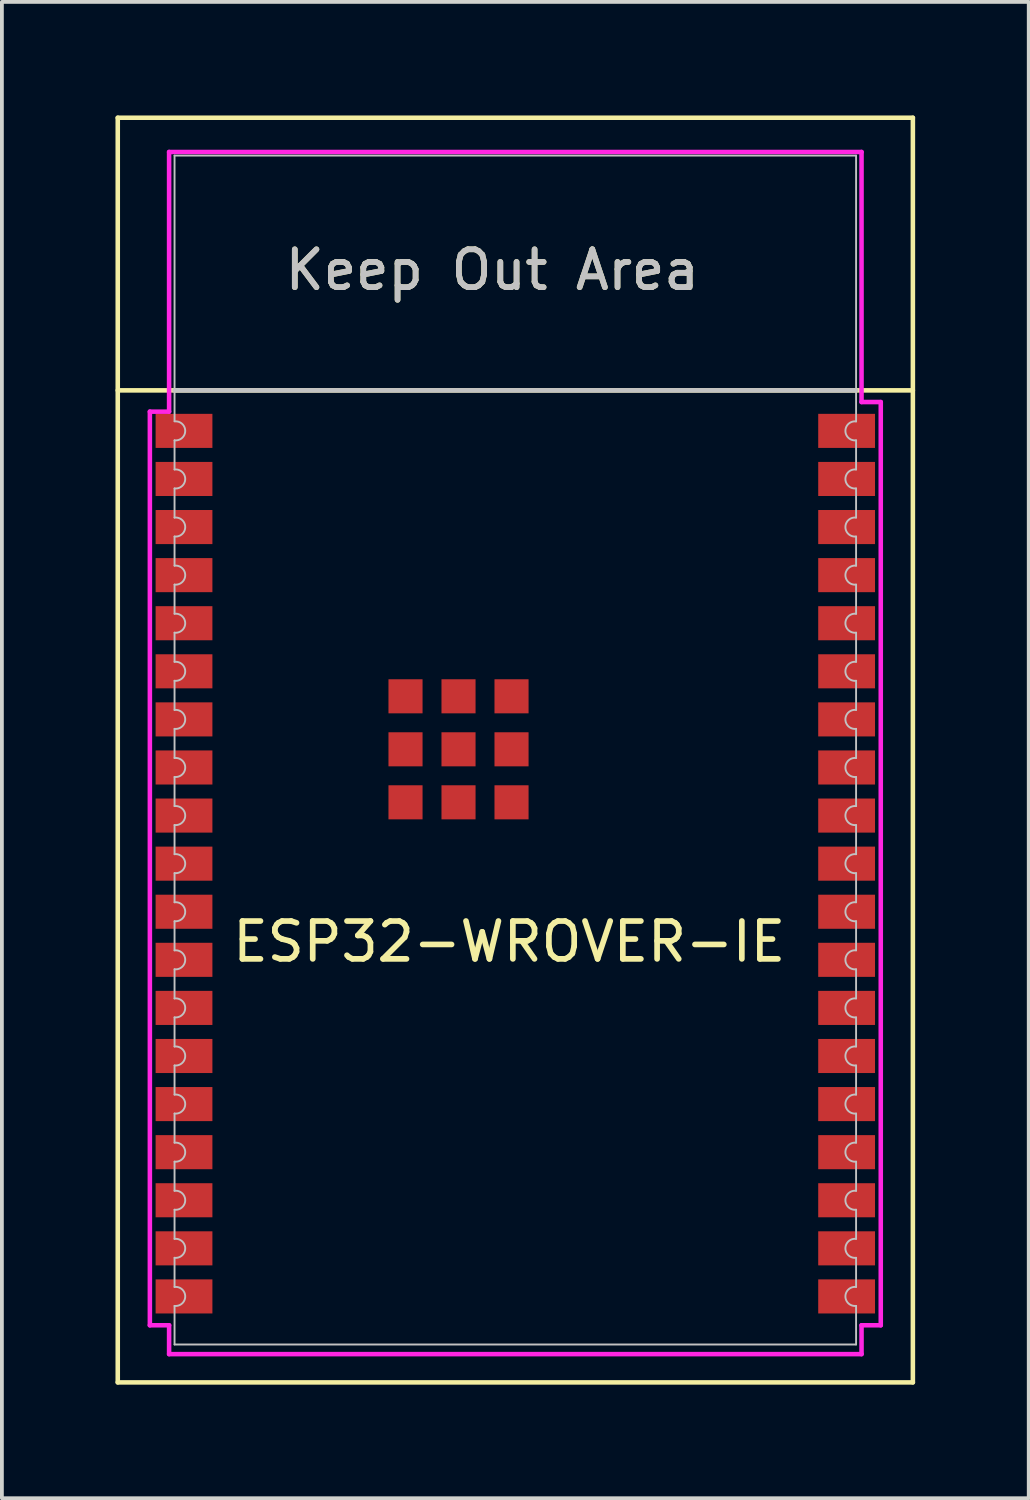
<source format=kicad_pcb>
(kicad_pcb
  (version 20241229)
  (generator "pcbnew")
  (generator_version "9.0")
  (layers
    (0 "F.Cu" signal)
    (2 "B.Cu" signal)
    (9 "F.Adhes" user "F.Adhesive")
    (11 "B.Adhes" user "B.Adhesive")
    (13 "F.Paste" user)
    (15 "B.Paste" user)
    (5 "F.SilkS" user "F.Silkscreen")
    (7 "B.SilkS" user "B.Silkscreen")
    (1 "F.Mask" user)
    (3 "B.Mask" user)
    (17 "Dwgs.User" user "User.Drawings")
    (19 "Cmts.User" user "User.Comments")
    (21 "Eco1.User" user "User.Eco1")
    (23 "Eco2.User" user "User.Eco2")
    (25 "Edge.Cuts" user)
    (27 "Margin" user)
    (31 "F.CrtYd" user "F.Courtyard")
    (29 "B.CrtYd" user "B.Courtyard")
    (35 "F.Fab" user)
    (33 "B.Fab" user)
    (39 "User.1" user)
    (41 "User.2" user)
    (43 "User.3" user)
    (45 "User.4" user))
  (footprint "ESP32-WROVER-IE"
    (layer "F.Cu")
    (at 10.56 19.76)
    (property "Reference" "ESP32-WROVER-IE" (at -0.16 2.06 0) (layer "F.SilkS") (effects (font (size 1 1) (thickness 0.15))))
    (attr through_hole)
    (fp_line (start -10.5 -19.7) (end -10.5 13.7) (stroke (width 0.12) (type solid)) (layer "F.SilkS"))
    (fp_line (start -10.5 13.7) (end 10.5 13.7) (stroke (width 0.12) (type solid)) (layer "F.SilkS"))
    (fp_line (start 10.5 -19.7) (end -10.5 -19.7) (stroke (width 0.12) (type solid)) (layer "F.SilkS"))
    (fp_line (start 10.5 -12.5) (end -10.5 -12.5) (stroke (width 0.12) (type solid)) (layer "F.SilkS"))
    (fp_line (start 10.5 13.7) (end 10.5 -19.7) (stroke (width 0.12) (type solid)) (layer "F.SilkS"))
    (fp_line (start -9 -18.7) (end -9 -11.69) (stroke (width 0.05) (type solid)) (layer "Dwgs.User"))
    (fp_line (start -9 -11.18) (end -9 -10.41) (stroke (width 0.05) (type solid)) (layer "Dwgs.User"))
    (fp_line (start -9 -9.91) (end -9 -9.14) (stroke (width 0.05) (type solid)) (layer "Dwgs.User"))
    (fp_line (start -9 -8.64) (end -9 -7.87) (stroke (width 0.05) (type solid)) (layer "Dwgs.User"))
    (fp_line (start -9 -7.37) (end -9 -6.6) (stroke (width 0.05) (type solid)) (layer "Dwgs.User"))
    (fp_line (start -9 -6.1) (end -9 -5.33) (stroke (width 0.05) (type solid)) (layer "Dwgs.User"))
    (fp_line (start -9 -4.83) (end -9 -4.06) (stroke (width 0.05) (type solid)) (layer "Dwgs.User"))
    (fp_line (start -9 -3.56) (end -9 -2.79) (stroke (width 0.05) (type solid)) (layer "Dwgs.User"))
    (fp_line (start -9 -2.29) (end -9 -1.52) (stroke (width 0.05) (type solid)) (layer "Dwgs.User"))
    (fp_line (start -9 -1.02) (end -9 -0.25) (stroke (width 0.05) (type solid)) (layer "Dwgs.User"))
    (fp_line (start -9 0.25) (end -9 1.02) (stroke (width 0.05) (type solid)) (layer "Dwgs.User"))
    (fp_line (start -9 1.52) (end -9 2.29) (stroke (width 0.05) (type solid)) (layer "Dwgs.User"))
    (fp_line (start -9 2.79) (end -9 3.56) (stroke (width 0.05) (type solid)) (layer "Dwgs.User"))
    (fp_line (start -9 4.06) (end -9 4.83) (stroke (width 0.05) (type solid)) (layer "Dwgs.User"))
    (fp_line (start -9 5.33) (end -9 6.1) (stroke (width 0.05) (type solid)) (layer "Dwgs.User"))
    (fp_line (start -9 6.6) (end -9 7.37) (stroke (width 0.05) (type solid)) (layer "Dwgs.User"))
    (fp_line (start -9 7.87) (end -9 8.64) (stroke (width 0.05) (type solid)) (layer "Dwgs.User"))
    (fp_line (start -9 9.14) (end -9 9.91) (stroke (width 0.05) (type solid)) (layer "Dwgs.User"))
    (fp_line (start -9 10.41) (end -9 11.18) (stroke (width 0.05) (type solid)) (layer "Dwgs.User"))
    (fp_line (start -9 11.68) (end -9 12.7) (stroke (width 0.05) (type solid)) (layer "Dwgs.User"))
    (fp_line (start -9 12.7) (end 9 12.7) (stroke (width 0.05) (type solid)) (layer "Dwgs.User"))
    (fp_line (start 9 -18.7) (end -9 -18.7) (stroke (width 0.05) (type solid)) (layer "Dwgs.User"))
    (fp_line (start 9 -12.5) (end -9 -12.5) (stroke (width 0.12) (type solid)) (layer "Dwgs.User"))
    (fp_line (start 9 -11.68) (end 9 -18.7) (stroke (width 0.05) (type solid)) (layer "Dwgs.User"))
    (fp_line (start 9 -10.41) (end 9 -11.18) (stroke (width 0.05) (type solid)) (layer "Dwgs.User"))
    (fp_line (start 9 -9.14) (end 9 -9.91) (stroke (width 0.05) (type solid)) (layer "Dwgs.User"))
    (fp_line (start 9 -7.87) (end 9 -8.64) (stroke (width 0.05) (type solid)) (layer "Dwgs.User"))
    (fp_line (start 9 -6.6) (end 9 -7.37) (stroke (width 0.05) (type solid)) (layer "Dwgs.User"))
    (fp_line (start 9 -5.33) (end 9 -6.1) (stroke (width 0.05) (type solid)) (layer "Dwgs.User"))
    (fp_line (start 9 -4.06) (end 9 -4.83) (stroke (width 0.05) (type solid)) (layer "Dwgs.User"))
    (fp_line (start 9 -2.79) (end 9 -3.56) (stroke (width 0.05) (type solid)) (layer "Dwgs.User"))
    (fp_line (start 9 -1.52) (end 9 -2.29) (stroke (width 0.05) (type solid)) (layer "Dwgs.User"))
    (fp_line (start 9 -0.25) (end 9 -1.02) (stroke (width 0.05) (type solid)) (layer "Dwgs.User"))
    (fp_line (start 9 1.02) (end 9 0.25) (stroke (width 0.05) (type solid)) (layer "Dwgs.User"))
    (fp_line (start 9 2.29) (end 9 1.52) (stroke (width 0.05) (type solid)) (layer "Dwgs.User"))
    (fp_line (start 9 3.56) (end 9 2.79) (stroke (width 0.05) (type solid)) (layer "Dwgs.User"))
    (fp_line (start 9 4.83) (end 9 4.06) (stroke (width 0.05) (type solid)) (layer "Dwgs.User"))
    (fp_line (start 9 6.1) (end 9 5.33) (stroke (width 0.05) (type solid)) (layer "Dwgs.User"))
    (fp_line (start 9 7.37) (end 9 6.6) (stroke (width 0.05) (type solid)) (layer "Dwgs.User"))
    (fp_line (start 9 8.64) (end 9 7.87) (stroke (width 0.05) (type solid)) (layer "Dwgs.User"))
    (fp_line (start 9 9.91) (end 9 9.14) (stroke (width 0.05) (type solid)) (layer "Dwgs.User"))
    (fp_line (start 9 11.18) (end 9 10.41) (stroke (width 0.05) (type solid)) (layer "Dwgs.User"))
    (fp_line (start 9 12.7) (end 9 11.68) (stroke (width 0.05) (type solid)) (layer "Dwgs.User"))
    (fp_arc (start -9 -11.68) (mid -8.718206 -11.43) (end -9 -11.18) (stroke (width 0.05) (type solid)) (layer "Dwgs.User"))
    (fp_arc (start -9 -10.41) (mid -8.718206 -10.16) (end -9 -9.91) (stroke (width 0.05) (type solid)) (layer "Dwgs.User"))
    (fp_arc (start -9 -9.14) (mid -8.718206 -8.89) (end -9 -8.64) (stroke (width 0.05) (type solid)) (layer "Dwgs.User"))
    (fp_arc (start -9 -7.87) (mid -8.718206 -7.62) (end -9 -7.37) (stroke (width 0.05) (type solid)) (layer "Dwgs.User"))
    (fp_arc (start -9 -6.6) (mid -8.718206 -6.35) (end -9 -6.1) (stroke (width 0.05) (type solid)) (layer "Dwgs.User"))
    (fp_arc (start -9 -5.33) (mid -8.718206 -5.08) (end -9 -4.83) (stroke (width 0.05) (type solid)) (layer "Dwgs.User"))
    (fp_arc (start -9 -4.06) (mid -8.718206 -3.81) (end -9 -3.56) (stroke (width 0.05) (type solid)) (layer "Dwgs.User"))
    (fp_arc (start -9 -2.79) (mid -8.718206 -2.54) (end -9 -2.29) (stroke (width 0.05) (type solid)) (layer "Dwgs.User"))
    (fp_arc (start -9 -1.52) (mid -8.718206 -1.27) (end -9 -1.02) (stroke (width 0.05) (type solid)) (layer "Dwgs.User"))
    (fp_arc (start -9 -0.25) (mid -8.718206 0) (end -9 0.25) (stroke (width 0.05) (type solid)) (layer "Dwgs.User"))
    (fp_arc (start -9 1.02) (mid -8.718206 1.27) (end -9 1.52) (stroke (width 0.05) (type solid)) (layer "Dwgs.User"))
    (fp_arc (start -9 2.29) (mid -8.718206 2.54) (end -9 2.79) (stroke (width 0.05) (type solid)) (layer "Dwgs.User"))
    (fp_arc (start -9 3.56) (mid -8.718206 3.81) (end -9 4.06) (stroke (width 0.05) (type solid)) (layer "Dwgs.User"))
    (fp_arc (start -9 4.83) (mid -8.718206 5.08) (end -9 5.33) (stroke (width 0.05) (type solid)) (layer "Dwgs.User"))
    (fp_arc (start -9 6.1) (mid -8.718206 6.35) (end -9 6.6) (stroke (width 0.05) (type solid)) (layer "Dwgs.User"))
    (fp_arc (start -9 7.37) (mid -8.718206 7.62) (end -9 7.87) (stroke (width 0.05) (type solid)) (layer "Dwgs.User"))
    (fp_arc (start -9 8.64) (mid -8.718206 8.89) (end -9 9.14) (stroke (width 0.05) (type solid)) (layer "Dwgs.User"))
    (fp_arc (start -9 9.91) (mid -8.718206 10.16) (end -9 10.41) (stroke (width 0.05) (type solid)) (layer "Dwgs.User"))
    (fp_arc (start -9 11.18) (mid -8.718206 11.43) (end -9 11.68) (stroke (width 0.05) (type solid)) (layer "Dwgs.User"))
    (fp_arc (start 9 -11.18) (mid 8.718206 -11.43) (end 9 -11.68) (stroke (width 0.05) (type solid)) (layer "Dwgs.User"))
    (fp_arc (start 9 -9.91) (mid 8.718206 -10.16) (end 9 -10.41) (stroke (width 0.05) (type solid)) (layer "Dwgs.User"))
    (fp_arc (start 9 -8.64) (mid 8.718206 -8.89) (end 9 -9.14) (stroke (width 0.05) (type solid)) (layer "Dwgs.User"))
    (fp_arc (start 9 -7.37) (mid 8.718206 -7.62) (end 9 -7.87) (stroke (width 0.05) (type solid)) (layer "Dwgs.User"))
    (fp_arc (start 9 -6.1) (mid 8.718206 -6.35) (end 9 -6.6) (stroke (width 0.05) (type solid)) (layer "Dwgs.User"))
    (fp_arc (start 9 -4.83) (mid 8.718206 -5.08) (end 9 -5.33) (stroke (width 0.05) (type solid)) (layer "Dwgs.User"))
    (fp_arc (start 9 -3.56) (mid 8.718206 -3.81) (end 9 -4.06) (stroke (width 0.05) (type solid)) (layer "Dwgs.User"))
    (fp_arc (start 9 -2.29) (mid 8.718206 -2.54) (end 9 -2.79) (stroke (width 0.05) (type solid)) (layer "Dwgs.User"))
    (fp_arc (start 9 -1.02) (mid 8.718206 -1.27) (end 9 -1.52) (stroke (width 0.05) (type solid)) (layer "Dwgs.User"))
    (fp_arc (start 9 0.25) (mid 8.718206 0) (end 9 -0.25) (stroke (width 0.05) (type solid)) (layer "Dwgs.User"))
    (fp_arc (start 9 1.52) (mid 8.718206 1.27) (end 9 1.02) (stroke (width 0.05) (type solid)) (layer "Dwgs.User"))
    (fp_arc (start 9 2.79) (mid 8.718206 2.54) (end 9 2.29) (stroke (width 0.05) (type solid)) (layer "Dwgs.User"))
    (fp_arc (start 9 4.06) (mid 8.718206 3.81) (end 9 3.56) (stroke (width 0.05) (type solid)) (layer "Dwgs.User"))
    (fp_arc (start 9 5.33) (mid 8.718206 5.08) (end 9 4.83) (stroke (width 0.05) (type solid)) (layer "Dwgs.User"))
    (fp_arc (start 9 6.6) (mid 8.718206 6.35) (end 9 6.1) (stroke (width 0.05) (type solid)) (layer "Dwgs.User"))
    (fp_arc (start 9 7.87) (mid 8.718206 7.62) (end 9 7.37) (stroke (width 0.05) (type solid)) (layer "Dwgs.User"))
    (fp_arc (start 9 9.14) (mid 8.718206 8.89) (end 9 8.64) (stroke (width 0.05) (type solid)) (layer "Dwgs.User"))
    (fp_arc (start 9 10.41) (mid 8.718206 10.16) (end 9 9.91) (stroke (width 0.05) (type solid)) (layer "Dwgs.User"))
    (fp_arc (start 9 11.68) (mid 8.718206 11.43) (end 9 11.18) (stroke (width 0.05) (type solid)) (layer "Dwgs.User"))
    (fp_line (start -9.652 -11.938) (end -9.144 -11.938) (stroke (width 0.12) (type solid)) (layer "F.CrtYd"))
    (fp_line (start -9.652 12.192) (end -9.652 -11.938) (stroke (width 0.12) (type solid)) (layer "F.CrtYd"))
    (fp_line (start -9.144 -18.796) (end 9.144 -18.796) (stroke (width 0.12) (type solid)) (layer "F.CrtYd"))
    (fp_line (start -9.144 -11.938) (end -9.144 -18.796) (stroke (width 0.12) (type solid)) (layer "F.CrtYd"))
    (fp_line (start -9.144 12.192) (end -9.652 12.192) (stroke (width 0.12) (type solid)) (layer "F.CrtYd"))
    (fp_line (start -9.144 12.954) (end -9.144 12.192) (stroke (width 0.12) (type solid)) (layer "F.CrtYd"))
    (fp_line (start 9.144 -18.796) (end 9.144 -12.192) (stroke (width 0.12) (type solid)) (layer "F.CrtYd"))
    (fp_line (start 9.144 -12.192) (end 9.652 -12.192) (stroke (width 0.12) (type solid)) (layer "F.CrtYd"))
    (fp_line (start 9.144 12.192) (end 9.144 12.954) (stroke (width 0.12) (type solid)) (layer "F.CrtYd"))
    (fp_line (start 9.144 12.954) (end -9.144 12.954) (stroke (width 0.12) (type solid)) (layer "F.CrtYd"))
    (fp_line (start 9.652 -12.192) (end 9.652 12.192) (stroke (width 0.12) (type solid)) (layer "F.CrtYd"))
    (fp_line (start 9.652 12.192) (end 9.144 12.192) (stroke (width 0.12) (type solid)) (layer "F.CrtYd"))
    (fp_text user "Keep Out Area" (at -0.61 -15.68 0) (layer "F.SilkS") (effects (font (size 1 1) (thickness 0.15))))
    (fp_text user "Keep Out Area" (at -0.61 -15.68 0) (layer "Dwgs.User") (effects (font (size 1 1) (thickness 0.15))))
    (pad "1" smd rect (at -8.75 -11.43) (size 1.5 0.9) (layers "F.Cu" "F.Mask" "F.Paste"))
    (pad "2" smd rect (at -8.75 -10.16) (size 1.5 0.9) (layers "F.Cu" "F.Mask" "F.Paste"))
    (pad "3" smd rect (at -8.75 -8.89) (size 1.5 0.9) (layers "F.Cu" "F.Mask" "F.Paste"))
    (pad "4" smd rect (at -8.75 -7.62) (size 1.5 0.9) (layers "F.Cu" "F.Mask" "F.Paste"))
    (pad "5" smd rect (at -8.75 -6.35) (size 1.5 0.9) (layers "F.Cu" "F.Mask" "F.Paste"))
    (pad "6" smd rect (at -8.75 -5.08) (size 1.5 0.9) (layers "F.Cu" "F.Mask" "F.Paste"))
    (pad "7" smd rect (at -8.75 -3.81) (size 1.5 0.9) (layers "F.Cu" "F.Mask" "F.Paste"))
    (pad "8" smd rect (at -8.75 -2.54) (size 1.5 0.9) (layers "F.Cu" "F.Mask" "F.Paste"))
    (pad "9" smd rect (at -8.75 -1.27) (size 1.5 0.9) (layers "F.Cu" "F.Mask" "F.Paste"))
    (pad "10" smd rect (at -8.75 0) (size 1.5 0.9) (layers "F.Cu" "F.Mask" "F.Paste"))
    (pad "11" smd rect (at -8.75 1.27) (size 1.5 0.9) (layers "F.Cu" "F.Mask" "F.Paste"))
    (pad "12" smd rect (at -8.75 2.54) (size 1.5 0.9) (layers "F.Cu" "F.Mask" "F.Paste"))
    (pad "13" smd rect (at -8.75 3.81) (size 1.5 0.9) (layers "F.Cu" "F.Mask" "F.Paste"))
    (pad "14" smd rect (at -8.75 5.08) (size 1.5 0.9) (layers "F.Cu" "F.Mask" "F.Paste"))
    (pad "15" smd rect (at -8.75 6.35) (size 1.5 0.9) (layers "F.Cu" "F.Mask" "F.Paste"))
    (pad "16" smd rect (at -8.75 7.62) (size 1.5 0.9) (layers "F.Cu" "F.Mask" "F.Paste"))
    (pad "17" smd rect (at -8.75 8.89) (size 1.5 0.9) (layers "F.Cu" "F.Mask" "F.Paste"))
    (pad "18" smd rect (at -8.75 10.16) (size 1.5 0.9) (layers "F.Cu" "F.Mask" "F.Paste"))
    (pad "19" smd rect (at -8.75 11.43) (size 1.5 0.9) (layers "F.Cu" "F.Mask" "F.Paste"))
    (pad "20" smd rect (at 8.75 11.43) (size 1.5 0.9) (layers "F.Cu" "F.Mask" "F.Paste"))
    (pad "21" smd rect (at 8.75 10.16) (size 1.5 0.9) (layers "F.Cu" "F.Mask" "F.Paste"))
    (pad "22" smd rect (at 8.75 8.89) (size 1.5 0.9) (layers "F.Cu" "F.Mask" "F.Paste"))
    (pad "23" smd rect (at 8.75 7.62) (size 1.5 0.9) (layers "F.Cu" "F.Mask" "F.Paste"))
    (pad "24" smd rect (at 8.75 6.35) (size 1.5 0.9) (layers "F.Cu" "F.Mask" "F.Paste"))
    (pad "25" smd rect (at 8.75 5.08) (size 1.5 0.9) (layers "F.Cu" "F.Mask" "F.Paste"))
    (pad "26" smd rect (at 8.75 3.81) (size 1.5 0.9) (layers "F.Cu" "F.Mask" "F.Paste"))
    (pad "27" smd rect (at 8.75 2.54) (size 1.5 0.9) (layers "F.Cu" "F.Mask" "F.Paste"))
    (pad "28" smd rect (at 8.75 1.27) (size 1.5 0.9) (layers "F.Cu" "F.Mask" "F.Paste"))
    (pad "29" smd rect (at 8.75 0) (size 1.5 0.9) (layers "F.Cu" "F.Mask" "F.Paste"))
    (pad "30" smd rect (at 8.75 -1.27) (size 1.5 0.9) (layers "F.Cu" "F.Mask" "F.Paste"))
    (pad "31" smd rect (at 8.75 -2.54) (size 1.5 0.9) (layers "F.Cu" "F.Mask" "F.Paste"))
    (pad "32" smd rect (at 8.75 -3.81) (size 1.5 0.9) (layers "F.Cu" "F.Mask" "F.Paste"))
    (pad "33" smd rect (at 8.75 -5.08) (size 1.5 0.9) (layers "F.Cu" "F.Mask" "F.Paste"))
    (pad "34" smd rect (at 8.75 -6.35) (size 1.5 0.9) (layers "F.Cu" "F.Mask" "F.Paste"))
    (pad "35" smd rect (at 8.75 -7.62) (size 1.5 0.9) (layers "F.Cu" "F.Mask" "F.Paste"))
    (pad "36" smd rect (at 8.75 -8.89) (size 1.5 0.9) (layers "F.Cu" "F.Mask" "F.Paste"))
    (pad "37" smd rect (at 8.75 -10.16) (size 1.5 0.9) (layers "F.Cu" "F.Mask" "F.Paste"))
    (pad "38" smd rect (at 8.75 -11.43) (size 1.5 0.9) (layers "F.Cu" "F.Mask" "F.Paste"))
    (pad "39" smd rect (at -2.9 -4.42) (size 0.9 0.9) (layers "F.Cu" "F.Mask" "F.Paste"))
    (pad "39" smd rect (at -2.9 -3.02) (size 0.9 0.9) (layers "F.Cu" "F.Mask" "F.Paste"))
    (pad "39" smd rect (at -2.9 -1.62) (size 0.9 0.9) (layers "F.Cu" "F.Mask" "F.Paste"))
    (pad "39" smd rect (at -1.5 -4.42) (size 0.9 0.9) (layers "F.Cu" "F.Mask" "F.Paste"))
    (pad "39" smd rect (at -1.5 -3.02) (size 0.9 0.9) (layers "F.Cu" "F.Mask" "F.Paste"))
    (pad "39" smd rect (at -1.5 -1.62) (size 0.9 0.9) (layers "F.Cu" "F.Mask" "F.Paste"))
    (pad "39" smd rect (at -0.1 -4.42) (size 0.9 0.9) (layers "F.Cu" "F.Mask" "F.Paste"))
    (pad "39" smd rect (at -0.1 -3.02) (size 0.9 0.9) (layers "F.Cu" "F.Mask" "F.Paste"))
    (pad "39" smd rect (at -0.1 -1.62) (size 0.9 0.9) (layers "F.Cu" "F.Mask" "F.Paste")))
  (gr_rect
    (start -3 -3)
    (end 24.12 36.52)
    (stroke (width 0.1) (type default))
    (fill no)
    (layer "Edge.Cuts")))
</source>
